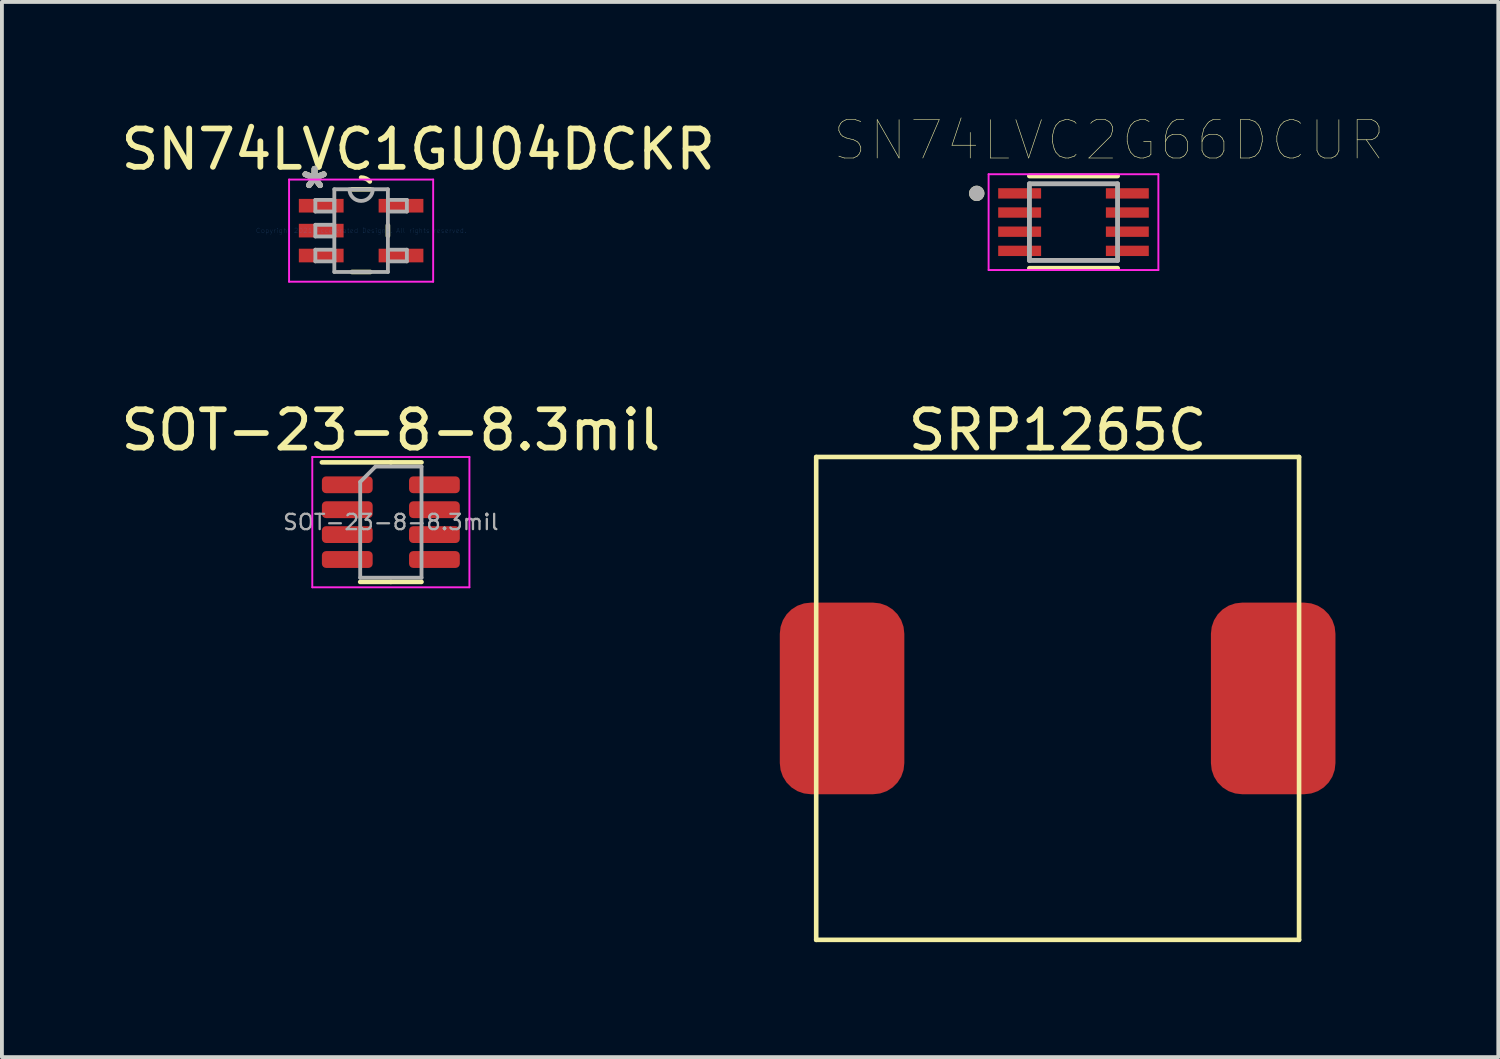
<source format=kicad_pcb>
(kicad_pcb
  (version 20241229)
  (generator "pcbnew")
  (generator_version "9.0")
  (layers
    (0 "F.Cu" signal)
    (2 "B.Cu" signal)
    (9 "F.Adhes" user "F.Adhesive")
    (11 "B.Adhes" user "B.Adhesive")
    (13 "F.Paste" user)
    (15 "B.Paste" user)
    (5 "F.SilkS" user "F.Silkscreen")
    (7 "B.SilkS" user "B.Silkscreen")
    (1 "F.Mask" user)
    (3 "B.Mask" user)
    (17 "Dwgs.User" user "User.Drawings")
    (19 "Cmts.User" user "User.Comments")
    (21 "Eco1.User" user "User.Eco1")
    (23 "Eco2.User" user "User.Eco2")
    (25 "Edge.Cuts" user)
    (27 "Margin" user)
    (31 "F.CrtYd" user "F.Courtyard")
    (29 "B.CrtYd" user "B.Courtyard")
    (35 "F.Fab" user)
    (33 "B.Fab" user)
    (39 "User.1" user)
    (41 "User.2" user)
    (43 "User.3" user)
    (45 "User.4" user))
  (footprint "SOT-23-8-8.3mil"
    (layer "F.Cu")
    (at 7.149 10.575)
    (property "Reference" "SOT-23-8-8.3mil" (at 0 -2.4 0) (layer "F.SilkS") (effects (font (size 1 1) (thickness 0.15))))
    (attr smd)
    (fp_line (start 0 -1.56) (end -1.8 -1.56) (stroke (width 0.12) (type solid)) (layer "F.SilkS"))
    (fp_line (start 0 -1.56) (end 0.8 -1.56) (stroke (width 0.12) (type solid)) (layer "F.SilkS"))
    (fp_line (start 0 1.56) (end -0.8 1.56) (stroke (width 0.12) (type solid)) (layer "F.SilkS"))
    (fp_line (start 0 1.56) (end 0.8 1.56) (stroke (width 0.12) (type solid)) (layer "F.SilkS"))
    (fp_line (start -2.05 -1.7) (end -2.05 1.7) (stroke (width 0.05) (type solid)) (layer "F.CrtYd"))
    (fp_line (start -2.05 1.7) (end 2.05 1.7) (stroke (width 0.05) (type solid)) (layer "F.CrtYd"))
    (fp_line (start 2.05 -1.7) (end -2.05 -1.7) (stroke (width 0.05) (type solid)) (layer "F.CrtYd"))
    (fp_line (start 2.05 1.7) (end 2.05 -1.7) (stroke (width 0.05) (type solid)) (layer "F.CrtYd"))
    (fp_line (start -0.8 -1.05) (end -0.4 -1.45) (stroke (width 0.1) (type solid)) (layer "F.Fab"))
    (fp_line (start -0.8 1.45) (end -0.8 -1.05) (stroke (width 0.1) (type solid)) (layer "F.Fab"))
    (fp_line (start -0.4 -1.45) (end 0.8 -1.45) (stroke (width 0.1) (type solid)) (layer "F.Fab"))
    (fp_line (start 0.8 -1.45) (end 0.8 1.45) (stroke (width 0.1) (type solid)) (layer "F.Fab"))
    (fp_line (start 0.8 1.45) (end -0.8 1.45) (stroke (width 0.1) (type solid)) (layer "F.Fab"))
    (fp_text user "${REFERENCE}" (at 0 0 0) (layer "F.Fab") (effects (font (size 0.4 0.4) (thickness 0.06))))
    (pad "1" smd roundrect (at -1.137 -0.975) (size 1.325 0.439) (layers "F.Cu" "F.Mask" "F.Paste") (roundrect_rratio 0.25))
    (pad "2" smd roundrect (at -1.137 -0.325) (size 1.325 0.439) (layers "F.Cu" "F.Mask" "F.Paste") (roundrect_rratio 0.25))
    (pad "3" smd roundrect (at -1.137 0.325) (size 1.325 0.439) (layers "F.Cu" "F.Mask" "F.Paste") (roundrect_rratio 0.25))
    (pad "4" smd roundrect (at -1.137 0.975) (size 1.325 0.439) (layers "F.Cu" "F.Mask" "F.Paste") (roundrect_rratio 0.25))
    (pad "5" smd roundrect (at 1.137 0.975) (size 1.325 0.439) (layers "F.Cu" "F.Mask" "F.Paste") (roundrect_rratio 0.25))
    (pad "6" smd roundrect (at 1.137 0.325) (size 1.325 0.439) (layers "F.Cu" "F.Mask" "F.Paste") (roundrect_rratio 0.25))
    (pad "7" smd roundrect (at 1.137 -0.325) (size 1.325 0.439) (layers "F.Cu" "F.Mask" "F.Paste") (roundrect_rratio 0.25))
    (pad "8" smd roundrect (at 1.137 -0.975) (size 1.325 0.439) (layers "F.Cu" "F.Mask" "F.Paste") (roundrect_rratio 0.25)))
  (footprint "SN74LVC2G66DCUR"
    (layer "F.Cu")
    (at 24.962 2.746)
    (property "Reference" "SN74LVC2G66DCUR" (at 0.925 -2.135 0) (layer "F.SilkS") (effects (font (size 1 1) (thickness 0.015))))
    (attr through_hole)
    (fp_line (start -1.15 -1.205) (end 1.15 -1.205) (stroke (width 0.127) (type solid)) (layer "F.SilkS"))
    (fp_line (start -1.15 1.205) (end 1.15 1.205) (stroke (width 0.127) (type solid)) (layer "F.SilkS"))
    (fp_circle (center -2.525 -0.75) (end -2.425 -0.75) (stroke (width 0.2) (type solid)) (fill no) (layer "F.SilkS"))
    (fp_line (start -2.215 -1.25) (end -2.215 1.25) (stroke (width 0.05) (type solid)) (layer "F.CrtYd"))
    (fp_line (start -2.215 -1.25) (end 2.215 -1.25) (stroke (width 0.05) (type solid)) (layer "F.CrtYd"))
    (fp_line (start -2.215 1.25) (end 2.215 1.25) (stroke (width 0.05) (type solid)) (layer "F.CrtYd"))
    (fp_line (start 2.215 -1.25) (end 2.215 1.25) (stroke (width 0.05) (type solid)) (layer "F.CrtYd"))
    (fp_line (start -1.15 -1) (end -1.15 1) (stroke (width 0.127) (type solid)) (layer "F.Fab"))
    (fp_line (start -1.15 -1) (end 1.15 -1) (stroke (width 0.127) (type solid)) (layer "F.Fab"))
    (fp_line (start -1.15 1) (end 1.15 1) (stroke (width 0.127) (type solid)) (layer "F.Fab"))
    (fp_line (start 1.15 -1) (end 1.15 1) (stroke (width 0.127) (type solid)) (layer "F.Fab"))
    (fp_circle (center -2.525 -0.75) (end -2.425 -0.75) (stroke (width 0.2) (type solid)) (fill no) (layer "F.Fab"))
    (pad "1" smd rect (at -1.405 -0.75) (size 1.12 0.27) (layers "F.Cu" "F.Mask" "F.Paste"))
    (pad "2" smd rect (at -1.405 -0.25) (size 1.12 0.27) (layers "F.Cu" "F.Mask" "F.Paste"))
    (pad "3" smd rect (at -1.405 0.25) (size 1.12 0.27) (layers "F.Cu" "F.Mask" "F.Paste"))
    (pad "4" smd rect (at -1.405 0.75) (size 1.12 0.27) (layers "F.Cu" "F.Mask" "F.Paste"))
    (pad "5" smd rect (at 1.405 0.75) (size 1.12 0.27) (layers "F.Cu" "F.Mask" "F.Paste"))
    (pad "6" smd rect (at 1.405 0.25) (size 1.12 0.27) (layers "F.Cu" "F.Mask" "F.Paste"))
    (pad "7" smd rect (at 1.405 -0.25) (size 1.12 0.27) (layers "F.Cu" "F.Mask" "F.Paste"))
    (pad "8" smd rect (at 1.405 -0.75) (size 1.12 0.27) (layers "F.Cu" "F.Mask" "F.Paste")))
  (footprint "SRP1265C"
    (layer "F.Cu")
    (at 24.548 15.175)
    (property "Reference" "SRP1265C" (at 0 -7 0) (layer "F.SilkS") (effects (font (size 1 1) (thickness 0.15))))
    (attr through_hole)
    (fp_line (start -6.3 -6.3) (end 6.3 -6.3) (stroke (width 0.12) (type solid)) (layer "F.SilkS"))
    (fp_line (start -6.3 6.3) (end -6.3 -6.3) (stroke (width 0.12) (type solid)) (layer "F.SilkS"))
    (fp_line (start 6.3 -6.3) (end 6.3 6.3) (stroke (width 0.12) (type solid)) (layer "F.SilkS"))
    (fp_line (start 6.3 6.3) (end -6.3 6.3) (stroke (width 0.12) (type solid)) (layer "F.SilkS"))
    (pad "1" smd roundrect (at -5.625 0) (size 3.25 5) (layers "F.Cu" "F.Mask" "F.Paste") (roundrect_rratio 0.25))
    (pad "2" smd roundrect (at 5.625 0) (size 3.25 5) (layers "F.Cu" "F.Mask" "F.Paste") (roundrect_rratio 0.25)))
  (footprint "SN74LVC1GU04DCKR"
    (layer "F.Cu")
    (at 6.373 2.968)
    (property "Reference" "SN74LVC1GU04DCKR" (at 1.49 -2.12 0) (layer "F.SilkS") (effects (font (size 1 1) (thickness 0.15))))
    (attr through_hole)
    (fp_line (start -0.24 1.079) (end 0.24 1.079) (stroke (width 0.12) (type solid)) (layer "F.SilkS"))
    (fp_line (start 0.24 -1.079) (end -0.24 -1.079) (stroke (width 0.12) (type solid)) (layer "F.SilkS"))
    (fp_line (start 0.699 0.139) (end 0.699 -0.139) (stroke (width 0.12) (type solid)) (layer "F.SilkS"))
    (fp_arc (start 0 -1.3843) (mid 0.12446 -1.357732) (end 0.227222 -1.282658) (stroke (width 0.12) (type solid)) (layer "F.SilkS"))
    (fp_line (start -1.88 -1.333) (end 1.88 -1.333) (stroke (width 0.05) (type solid)) (layer "F.CrtYd"))
    (fp_line (start -1.88 1.333) (end -1.88 -1.333) (stroke (width 0.05) (type solid)) (layer "F.CrtYd"))
    (fp_line (start 1.88 -1.333) (end 1.88 1.333) (stroke (width 0.05) (type solid)) (layer "F.CrtYd"))
    (fp_line (start 1.88 1.333) (end -1.88 1.333) (stroke (width 0.05) (type solid)) (layer "F.CrtYd"))
    (fp_line (start -1.194 -0.802) (end -1.194 -0.498) (stroke (width 0.1) (type solid)) (layer "F.Fab"))
    (fp_line (start -1.194 -0.498) (end -0.699 -0.498) (stroke (width 0.1) (type solid)) (layer "F.Fab"))
    (fp_line (start -1.194 -0.152) (end -1.194 0.152) (stroke (width 0.1) (type solid)) (layer "F.Fab"))
    (fp_line (start -1.194 0.152) (end -0.699 0.152) (stroke (width 0.1) (type solid)) (layer "F.Fab"))
    (fp_line (start -1.194 0.498) (end -1.194 0.802) (stroke (width 0.1) (type solid)) (layer "F.Fab"))
    (fp_line (start -1.194 0.802) (end -0.699 0.802) (stroke (width 0.1) (type solid)) (layer "F.Fab"))
    (fp_line (start -0.699 -1.079) (end -0.699 1.079) (stroke (width 0.1) (type solid)) (layer "F.Fab"))
    (fp_line (start -0.699 -0.802) (end -1.194 -0.802) (stroke (width 0.1) (type solid)) (layer "F.Fab"))
    (fp_line (start -0.699 -0.498) (end -0.699 -0.802) (stroke (width 0.1) (type solid)) (layer "F.Fab"))
    (fp_line (start -0.699 -0.152) (end -1.194 -0.152) (stroke (width 0.1) (type solid)) (layer "F.Fab"))
    (fp_line (start -0.699 0.152) (end -0.699 -0.152) (stroke (width 0.1) (type solid)) (layer "F.Fab"))
    (fp_line (start -0.699 0.498) (end -1.194 0.498) (stroke (width 0.1) (type solid)) (layer "F.Fab"))
    (fp_line (start -0.699 0.802) (end -0.699 0.498) (stroke (width 0.1) (type solid)) (layer "F.Fab"))
    (fp_line (start -0.699 1.079) (end 0.699 1.079) (stroke (width 0.1) (type solid)) (layer "F.Fab"))
    (fp_line (start 0.699 -1.079) (end -0.699 -1.079) (stroke (width 0.1) (type solid)) (layer "F.Fab"))
    (fp_line (start 0.699 -0.802) (end 0.699 -0.498) (stroke (width 0.1) (type solid)) (layer "F.Fab"))
    (fp_line (start 0.699 -0.498) (end 1.194 -0.498) (stroke (width 0.1) (type solid)) (layer "F.Fab"))
    (fp_line (start 0.699 0.498) (end 0.699 0.802) (stroke (width 0.1) (type solid)) (layer "F.Fab"))
    (fp_line (start 0.699 0.802) (end 1.194 0.802) (stroke (width 0.1) (type solid)) (layer "F.Fab"))
    (fp_line (start 0.699 1.079) (end 0.699 -1.079) (stroke (width 0.1) (type solid)) (layer "F.Fab"))
    (fp_line (start 1.194 -0.802) (end 0.699 -0.802) (stroke (width 0.1) (type solid)) (layer "F.Fab"))
    (fp_line (start 1.194 -0.498) (end 1.194 -0.802) (stroke (width 0.1) (type solid)) (layer "F.Fab"))
    (fp_line (start 1.194 0.498) (end 0.699 0.498) (stroke (width 0.1) (type solid)) (layer "F.Fab"))
    (fp_line (start 1.194 0.802) (end 1.194 0.498) (stroke (width 0.1) (type solid)) (layer "F.Fab"))
    (fp_arc (start 0.3048 -1.0795) (mid 0 -0.7747) (end -0.3048 -1.0795) (stroke (width 0.1) (type solid)) (layer "F.Fab"))
    (fp_text user "*" (at -1.215 -1.069 0) (layer "F.SilkS") (effects (font (size 1 1) (thickness 0.15))))
    (fp_text user "*" (at -1.215 -1.069 0) (layer "F.SilkS") (effects (font (size 1 1) (thickness 0.15))))
    (fp_text user "Copyright 2021 Accelerated Designs. All rights reserved." (at 0 0 0) (layer "Cmts.User") (effects (font (size 0.127 0.127) (thickness 0.002))))
    (fp_text user "*" (at -1.215 -1.069 0) (layer "F.Fab") (effects (font (size 1 1) (thickness 0.15))))
    (fp_text user "*" (at -1.215 -1.069 0) (layer "F.Fab") (effects (font (size 1 1) (thickness 0.15))))
    (pad "1" smd rect (at -1.041 -0.65) (size 1.168 0.356) (layers "F.Cu" "F.Mask" "F.Paste"))
    (pad "2" smd rect (at -1.041 0) (size 1.168 0.356) (layers "F.Cu" "F.Mask" "F.Paste"))
    (pad "3" smd rect (at -1.041 0.65) (size 1.168 0.356) (layers "F.Cu" "F.Mask" "F.Paste"))
    (pad "4" smd rect (at 1.041 0.65) (size 1.168 0.356) (layers "F.Cu" "F.Mask" "F.Paste"))
    (pad "5" smd rect (at 1.041 -0.65) (size 1.168 0.356) (layers "F.Cu" "F.Mask" "F.Paste")))
  (gr_rect
    (start -3 -3)
    (end 36.047 24.535)
    (stroke (width 0.1) (type default))
    (fill no)
    (layer "Edge.Cuts")))
</source>
